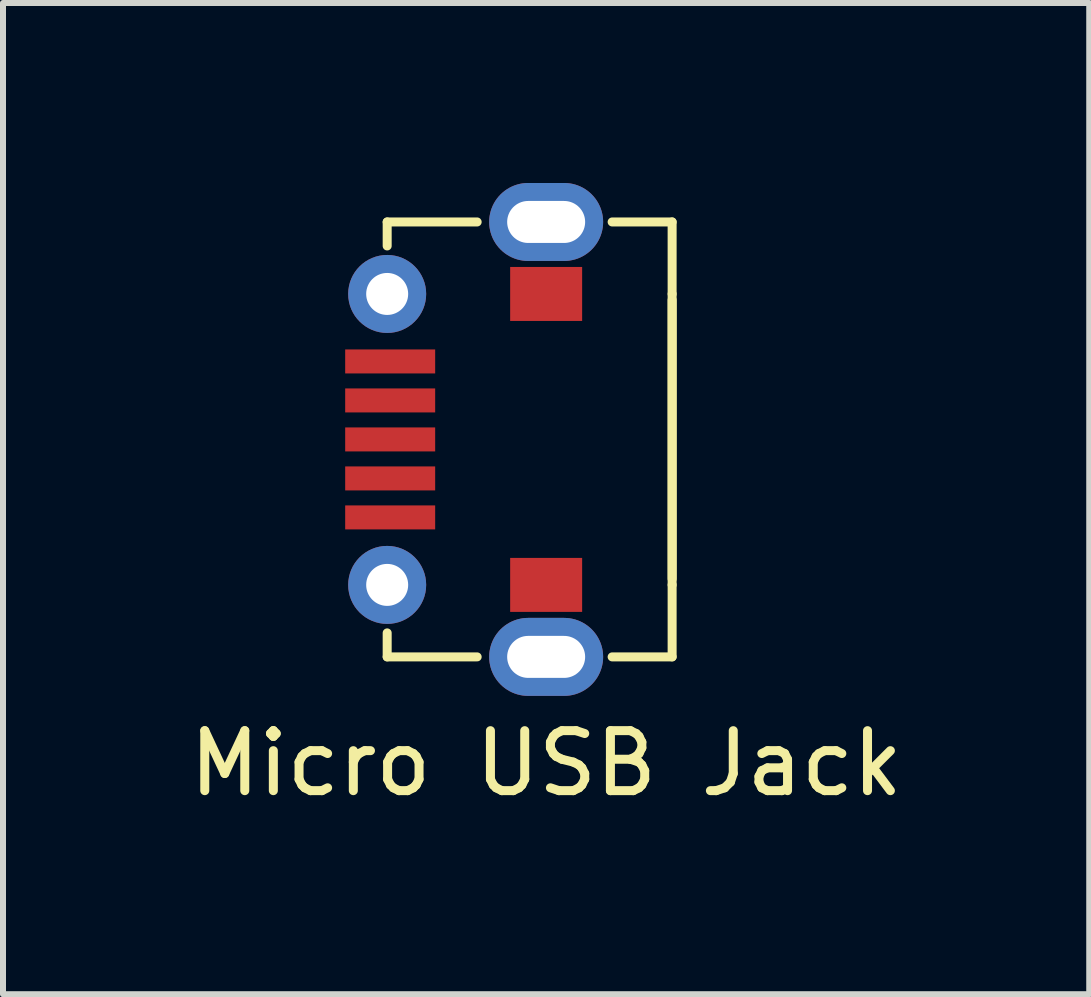
<source format=kicad_pcb>
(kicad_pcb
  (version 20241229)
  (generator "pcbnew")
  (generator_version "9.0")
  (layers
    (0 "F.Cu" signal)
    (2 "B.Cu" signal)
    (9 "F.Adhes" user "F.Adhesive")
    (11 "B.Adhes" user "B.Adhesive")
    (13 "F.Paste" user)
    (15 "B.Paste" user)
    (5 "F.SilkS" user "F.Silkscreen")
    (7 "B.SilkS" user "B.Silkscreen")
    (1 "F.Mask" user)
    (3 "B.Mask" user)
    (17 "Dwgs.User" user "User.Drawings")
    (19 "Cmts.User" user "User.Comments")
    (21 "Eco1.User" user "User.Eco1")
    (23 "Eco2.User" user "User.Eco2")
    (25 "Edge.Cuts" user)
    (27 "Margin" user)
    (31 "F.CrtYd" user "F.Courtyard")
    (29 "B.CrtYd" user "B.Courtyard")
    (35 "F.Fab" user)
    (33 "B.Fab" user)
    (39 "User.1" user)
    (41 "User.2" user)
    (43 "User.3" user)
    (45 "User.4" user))
  (footprint "Micro USB Jack"
    (layer "F.Cu")
    (at 6.054 4.275)
    (property "Reference" "Micro USB Jack" (at 0 5.4 0) (layer "F.SilkS") (effects (font (size 1 1) (thickness 0.15))))
    (attr through_hole)
    (fp_line (start -2.65 -3.625) (end -1.15 -3.625) (stroke (width 0.15) (type solid)) (layer "F.SilkS"))
    (fp_line (start -2.65 -3.225) (end -2.65 -3.625) (stroke (width 0.15) (type solid)) (layer "F.SilkS"))
    (fp_line (start -2.65 3.225) (end -2.65 3.625) (stroke (width 0.15) (type solid)) (layer "F.SilkS"))
    (fp_line (start -2.65 3.625) (end -1.15 3.625) (stroke (width 0.15) (type solid)) (layer "F.SilkS"))
    (fp_line (start 2.1 -3.625) (end 1.1 -3.625) (stroke (width 0.15) (type solid)) (layer "F.SilkS"))
    (fp_line (start 2.1 -2.425) (end 2.1 -3.625) (stroke (width 0.15) (type solid)) (layer "F.SilkS"))
    (fp_line (start 2.1 -2.425) (end 2.1 2.325) (stroke (width 0.15) (type solid)) (layer "F.SilkS"))
    (fp_line (start 2.1 2.425) (end 2.1 -2.325) (stroke (width 0.15) (type solid)) (layer "F.SilkS"))
    (fp_line (start 2.1 2.425) (end 2.1 3.625) (stroke (width 0.15) (type solid)) (layer "F.SilkS"))
    (fp_line (start 2.1 3.625) (end 1.1 3.625) (stroke (width 0.15) (type solid)) (layer "F.SilkS"))
    (pad "1" smd rect (at -2.6 1.3) (size 1.5 0.4) (layers "F.Cu" "F.Mask" "F.Paste"))
    (pad "2" smd rect (at -2.6 0.65) (size 1.5 0.4) (layers "F.Cu" "F.Mask" "F.Paste"))
    (pad "3" smd rect (at -2.6 0) (size 1.5 0.4) (layers "F.Cu" "F.Mask" "F.Paste"))
    (pad "4" smd rect (at -2.6 -0.65) (size 1.5 0.4) (layers "F.Cu" "F.Mask" "F.Paste"))
    (pad "5" smd rect (at -2.6 -1.3) (size 1.5 0.4) (layers "F.Cu" "F.Mask" "F.Paste"))
    (pad "6" thru_hole circle (at -2.65 -2.425) (size 1.3 1.3) (drill 0.7) (layers "*.Cu" "*.Mask"))
    (pad "6" thru_hole circle (at -2.65 2.425) (size 1.3 1.3) (drill 0.7) (layers "*.Cu" "*.Mask"))
    (pad "6" thru_hole oval (at 0 -3.625) (size 1.9 1.3) (drill oval 1.3 0.7) (layers "*.Cu" "*.Mask"))
    (pad "6" smd rect (at 0 -2.425) (size 1.2 0.9) (layers "F.Cu" "F.Mask" "F.Paste"))
    (pad "6" smd rect (at 0 2.425) (size 1.2 0.9) (layers "F.Cu" "F.Mask" "F.Paste"))
    (pad "6" thru_hole oval (at 0 3.625) (size 1.9 1.3) (drill oval 1.3 0.7) (layers "*.Cu" "*.Mask")))
  (gr_rect
    (start -3 -3)
    (end 15.107 13.523)
    (stroke (width 0.1) (type default))
    (fill no)
    (layer "Edge.Cuts")))
</source>
